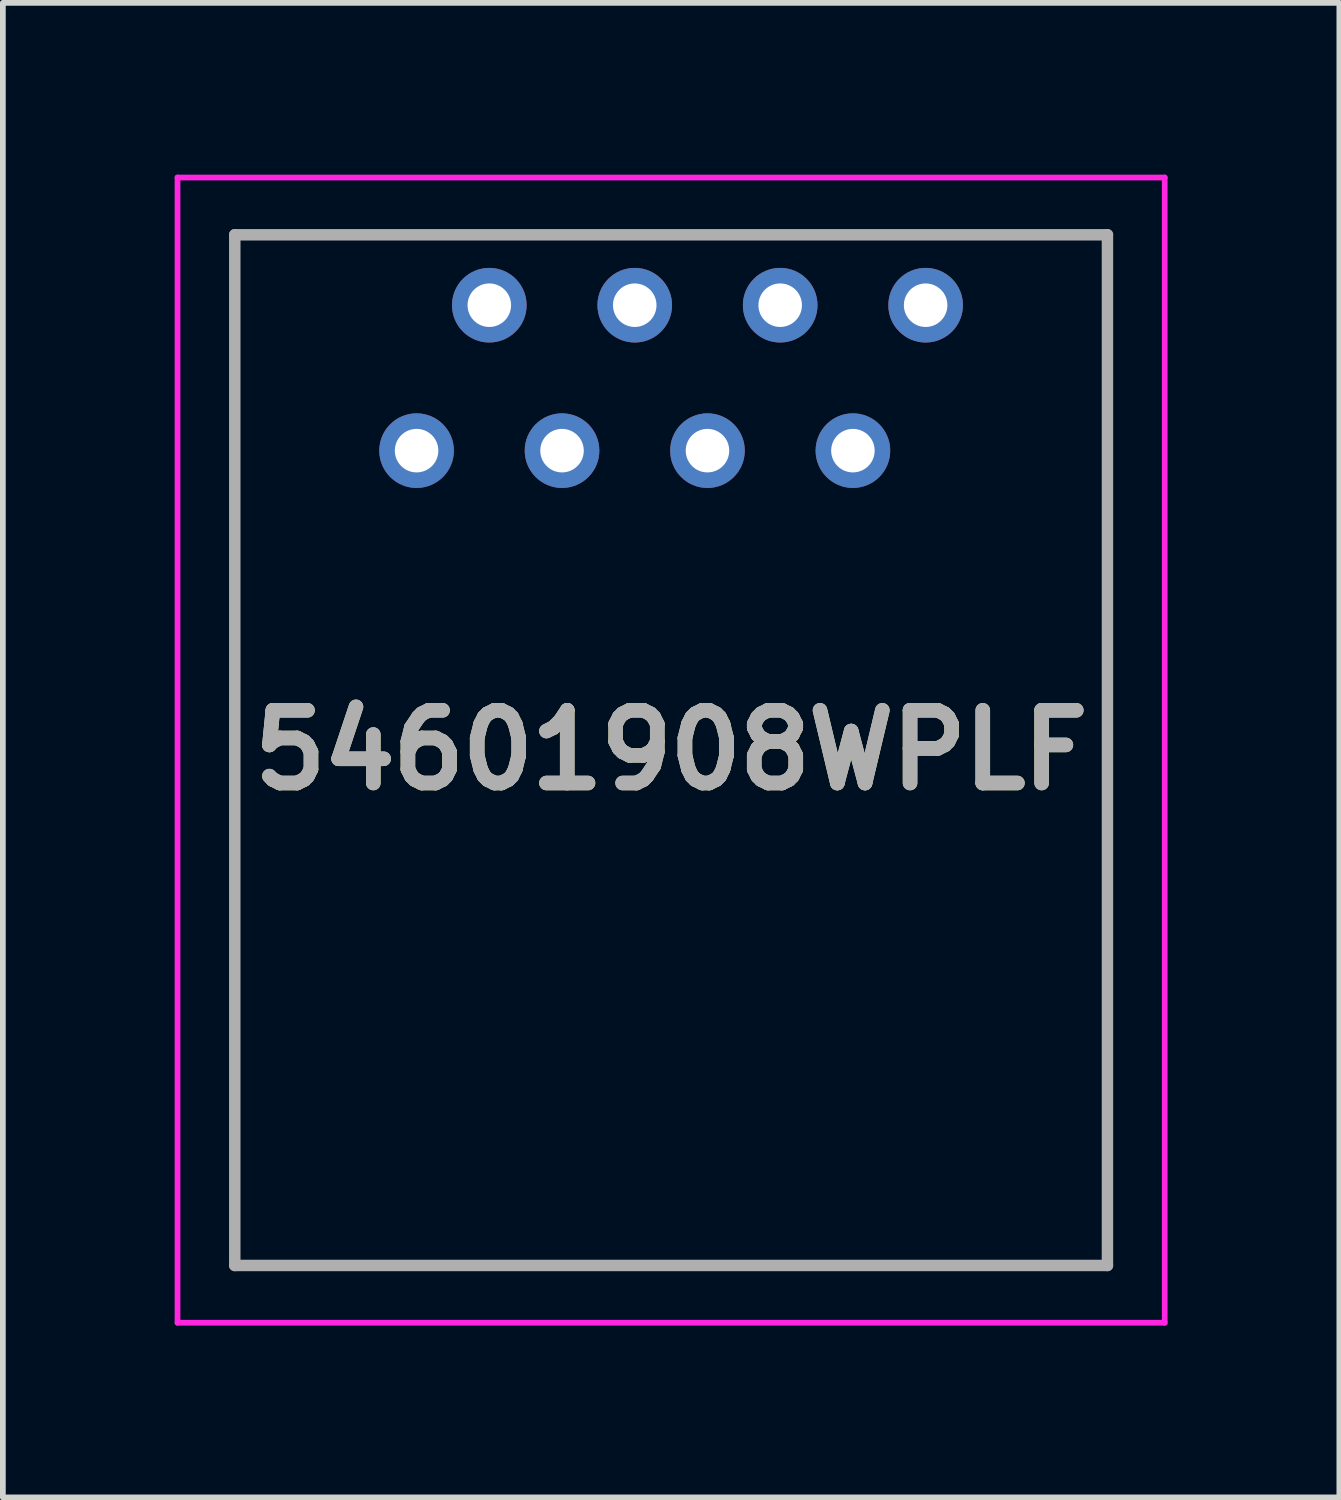
<source format=kicad_pcb>
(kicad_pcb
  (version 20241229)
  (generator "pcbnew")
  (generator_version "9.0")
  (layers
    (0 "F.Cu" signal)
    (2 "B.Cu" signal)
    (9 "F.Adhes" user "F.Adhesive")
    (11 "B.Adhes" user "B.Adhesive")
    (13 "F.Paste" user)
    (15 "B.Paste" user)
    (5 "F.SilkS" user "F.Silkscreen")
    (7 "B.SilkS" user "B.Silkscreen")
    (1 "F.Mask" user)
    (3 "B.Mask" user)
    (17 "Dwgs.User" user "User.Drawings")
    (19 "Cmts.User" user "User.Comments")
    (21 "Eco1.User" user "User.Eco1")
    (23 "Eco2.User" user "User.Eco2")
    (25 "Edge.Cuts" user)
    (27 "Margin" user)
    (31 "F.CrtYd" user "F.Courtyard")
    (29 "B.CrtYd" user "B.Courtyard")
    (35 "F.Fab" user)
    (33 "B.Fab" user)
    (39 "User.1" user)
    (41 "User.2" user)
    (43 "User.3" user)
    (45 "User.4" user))
  (footprint "54601908WPLF"
    (layer "F.Cu")
    (at 4.225 4.82)
    (property "Reference" "54601908WPLF" (at 4.445 5.23 0) (layer "F.SilkS") (effects (font (size 1.27 1.27) (thickness 0.254))))
    (attr through_hole)
    (fp_line (start -3.175 -3.77) (end 12.065 -3.77) (stroke (width 0.1) (type solid)) (layer "F.SilkS"))
    (fp_line (start -3.175 4.73) (end -3.175 -3.77) (stroke (width 0.1) (type solid)) (layer "F.SilkS"))
    (fp_line (start -3.175 8.23) (end -3.175 14.23) (stroke (width 0.1) (type solid)) (layer "F.SilkS"))
    (fp_line (start -3.175 14.23) (end 12.065 14.23) (stroke (width 0.1) (type solid)) (layer "F.SilkS"))
    (fp_line (start 12.065 -3.77) (end 12.065 4.73) (stroke (width 0.1) (type solid)) (layer "F.SilkS"))
    (fp_line (start 12.065 14.23) (end 12.065 8.23) (stroke (width 0.1) (type solid)) (layer "F.SilkS"))
    (fp_line (start -4.175 -4.77) (end 13.065 -4.77) (stroke (width 0.1) (type solid)) (layer "F.CrtYd"))
    (fp_line (start -4.175 15.23) (end -4.175 -4.77) (stroke (width 0.1) (type solid)) (layer "F.CrtYd"))
    (fp_line (start 13.065 -4.77) (end 13.065 15.23) (stroke (width 0.1) (type solid)) (layer "F.CrtYd"))
    (fp_line (start 13.065 15.23) (end -4.175 15.23) (stroke (width 0.1) (type solid)) (layer "F.CrtYd"))
    (fp_line (start -3.175 -3.77) (end 12.065 -3.77) (stroke (width 0.2) (type solid)) (layer "F.Fab"))
    (fp_line (start -3.175 14.23) (end -3.175 -3.77) (stroke (width 0.2) (type solid)) (layer "F.Fab"))
    (fp_line (start 12.065 -3.77) (end 12.065 14.23) (stroke (width 0.2) (type solid)) (layer "F.Fab"))
    (fp_line (start 12.065 14.23) (end -3.175 14.23) (stroke (width 0.2) (type solid)) (layer "F.Fab"))
    (fp_text user "${REFERENCE}" (at 4.445 5.23 0) (layer "F.Fab") (effects (font (size 1.27 1.27) (thickness 0.254))))
    (pad "" np_thru_hole circle (at -1.271 6.35) (size 0.001 0.001) (drill 3.35) (layers "*.Cu" "*.Mask"))
    (pad "" np_thru_hole circle (at 10.161 6.35) (size 0.001 0.001) (drill 3.35) (layers "*.Cu" "*.Mask"))
    (pad "1" thru_hole circle (at 0 0) (size 1.303 1.303) (drill 0.76) (layers "*.Cu" "*.Mask"))
    (pad "2" thru_hole circle (at 1.27 -2.54) (size 1.303 1.303) (drill 0.76) (layers "*.Cu" "*.Mask"))
    (pad "3" thru_hole circle (at 2.54 0) (size 1.303 1.303) (drill 0.76) (layers "*.Cu" "*.Mask"))
    (pad "4" thru_hole circle (at 3.81 -2.54) (size 1.303 1.303) (drill 0.76) (layers "*.Cu" "*.Mask"))
    (pad "5" thru_hole circle (at 5.08 0) (size 1.303 1.303) (drill 0.76) (layers "*.Cu" "*.Mask"))
    (pad "6" thru_hole circle (at 6.35 -2.54) (size 1.303 1.303) (drill 0.76) (layers "*.Cu" "*.Mask"))
    (pad "7" thru_hole circle (at 7.62 0) (size 1.303 1.303) (drill 0.76) (layers "*.Cu" "*.Mask"))
    (pad "8" thru_hole circle (at 8.89 -2.54) (size 1.303 1.303) (drill 0.76) (layers "*.Cu" "*.Mask")))
  (gr_rect
    (start -3 -3)
    (end 20.34 23.1)
    (stroke (width 0.1) (type default))
    (fill no)
    (layer "Edge.Cuts")))
</source>
